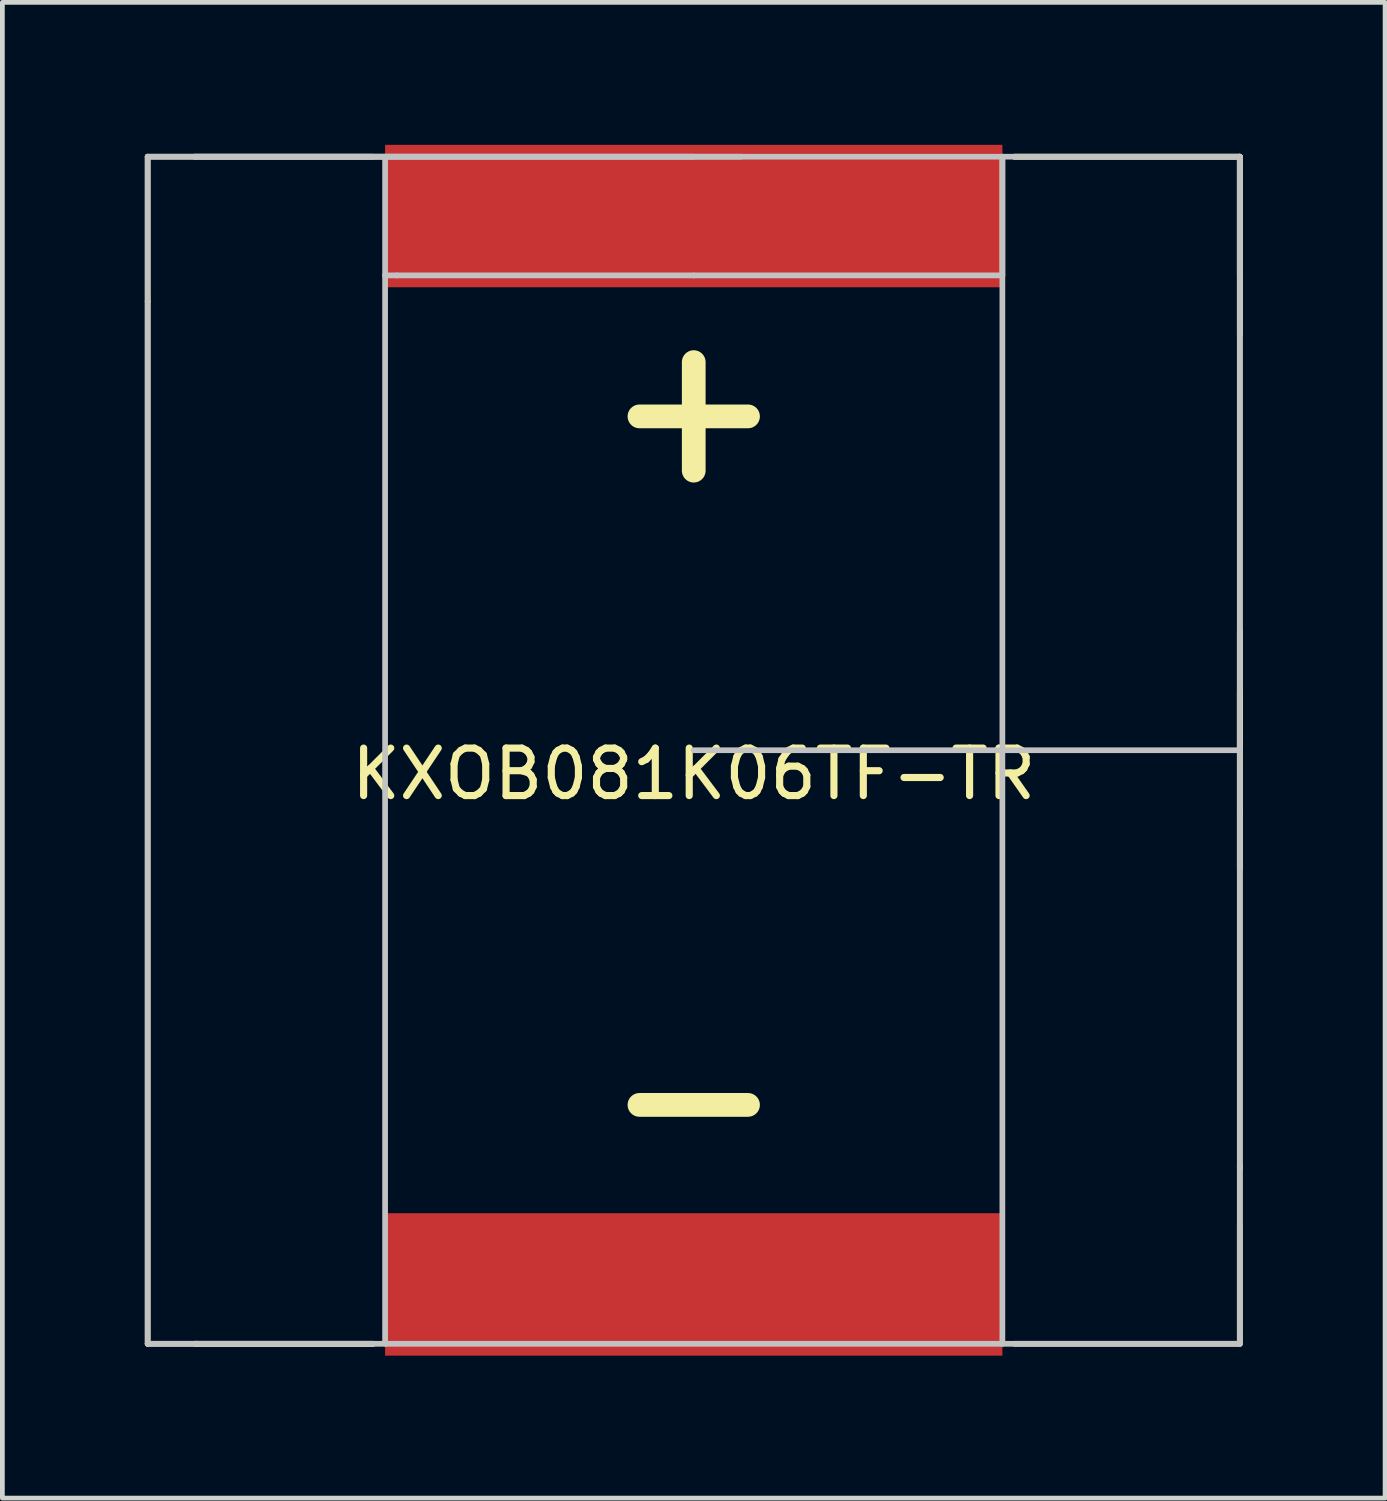
<source format=kicad_pcb>
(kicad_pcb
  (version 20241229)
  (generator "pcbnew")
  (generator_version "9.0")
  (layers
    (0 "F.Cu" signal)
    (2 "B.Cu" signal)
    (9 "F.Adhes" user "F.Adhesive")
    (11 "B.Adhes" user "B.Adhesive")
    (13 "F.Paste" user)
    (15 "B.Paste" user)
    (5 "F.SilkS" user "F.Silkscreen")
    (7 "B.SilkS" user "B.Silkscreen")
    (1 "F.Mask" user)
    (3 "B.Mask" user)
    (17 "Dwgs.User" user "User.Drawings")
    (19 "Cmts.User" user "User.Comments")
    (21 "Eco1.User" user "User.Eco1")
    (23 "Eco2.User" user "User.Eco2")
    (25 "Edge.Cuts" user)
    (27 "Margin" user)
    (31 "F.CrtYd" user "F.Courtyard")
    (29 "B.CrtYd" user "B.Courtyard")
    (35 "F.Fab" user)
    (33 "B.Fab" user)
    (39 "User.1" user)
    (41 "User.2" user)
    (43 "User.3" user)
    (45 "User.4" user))
  (footprint "KXOB081K06TF-TR"
    (layer "F.Cu")
    (at 11.56 12.75)
    (property "Reference" "KXOB081K06TF-TR" (at 0 0.5 0) (layer "F.SilkS") (effects (font (size 1 1) (thickness 0.15))))
    (attr through_hole)
    (fp_line (start -11.5 -12.5) (end -11.5 -9.45) (stroke (width 0.12) (type solid)) (layer "F.SilkS"))
    (fp_line (start -11.5 -9.45) (end -11.5 12.5) (stroke (width 0.12) (type solid)) (layer "F.SilkS"))
    (fp_line (start -11.5 12.5) (end -10.5 12.5) (stroke (width 0.12) (type solid)) (layer "F.SilkS"))
    (fp_line (start -10.5 -12.5) (end -11.5 -12.5) (stroke (width 0.12) (type solid)) (layer "F.SilkS"))
    (fp_line (start -10.5 -12.5) (end -6.75 -12.5) (stroke (width 0.12) (type solid)) (layer "F.SilkS"))
    (fp_line (start -10.5 12.5) (end -10.45 12.5) (stroke (width 0.12) (type solid)) (layer "F.SilkS"))
    (fp_line (start -10.5 12.5) (end -6.75 12.5) (stroke (width 0.12) (type solid)) (layer "F.SilkS"))
    (fp_line (start -6.75 12.5) (end -10.5 12.5) (stroke (width 0.12) (type solid)) (layer "F.SilkS"))
    (fp_line (start 6.75 -12.5) (end 11.5 -12.5) (stroke (width 0.12) (type solid)) (layer "F.SilkS"))
    (fp_line (start 6.75 12.5) (end 11.5 12.5) (stroke (width 0.12) (type solid)) (layer "F.SilkS"))
    (fp_line (start 11.5 -12.5) (end 6.75 -12.5) (stroke (width 0.12) (type solid)) (layer "F.SilkS"))
    (fp_line (start 11.5 -12.5) (end 11.5 -8.75) (stroke (width 0.12) (type solid)) (layer "F.SilkS"))
    (fp_line (start 11.5 -1.25) (end 11.5 -2.5) (stroke (width 0.12) (type solid)) (layer "F.SilkS"))
    (fp_line (start 11.5 -1.25) (end 11.5 1.25) (stroke (width 0.12) (type solid)) (layer "F.SilkS"))
    (fp_line (start 11.5 0) (end 11.5 -1.25) (stroke (width 0.12) (type solid)) (layer "F.SilkS"))
    (fp_line (start 11.5 1.25) (end 11.5 2.5) (stroke (width 0.12) (type solid)) (layer "F.SilkS"))
    (fp_line (start 11.5 8.8) (end 11.5 -12.5) (stroke (width 0.12) (type solid)) (layer "F.SilkS"))
    (fp_line (start 11.5 12.5) (end 11.5 8.75) (stroke (width 0.12) (type solid)) (layer "F.SilkS"))
    (fp_line (start -11.5 -12.5) (end -11.5 12.5) (stroke (width 0.12) (type solid)) (layer "Dwgs.User"))
    (fp_line (start -11.5 12.5) (end -10.5 12.5) (stroke (width 0.12) (type solid)) (layer "Dwgs.User"))
    (fp_line (start -10.5 -12.5) (end 1 -12.5) (stroke (width 0.12) (type solid)) (layer "Dwgs.User"))
    (fp_line (start -10.5 12.5) (end 11.5 12.5) (stroke (width 0.12) (type solid)) (layer "Dwgs.User"))
    (fp_line (start -6.5 -10) (end -6.5 -12.5) (stroke (width 0.12) (type solid)) (layer "Dwgs.User"))
    (fp_line (start -6.5 -10) (end -6.5 12.5) (stroke (width 0.12) (type solid)) (layer "Dwgs.User"))
    (fp_line (start -6.25 -10) (end -6.5 -10) (stroke (width 0.12) (type solid)) (layer "Dwgs.User"))
    (fp_line (start 0 -12.5) (end -11.5 -12.5) (stroke (width 0.12) (type solid)) (layer "Dwgs.User"))
    (fp_line (start 0 -10) (end -6.25 -10) (stroke (width 0.12) (type solid)) (layer "Dwgs.User"))
    (fp_line (start 0 -10) (end 6.5 -10) (stroke (width 0.12) (type solid)) (layer "Dwgs.User"))
    (fp_line (start 0 0) (end 11.5 0) (stroke (width 0.12) (type solid)) (layer "Dwgs.User"))
    (fp_line (start 6.5 -12.5) (end 6.5 12.5) (stroke (width 0.12) (type solid)) (layer "Dwgs.User"))
    (fp_line (start 6.5 -10) (end 6.5 -12.5) (stroke (width 0.12) (type solid)) (layer "Dwgs.User"))
    (fp_line (start 11.5 -12.5) (end -10.5 -12.5) (stroke (width 0.12) (type solid)) (layer "Dwgs.User"))
    (fp_line (start 11.5 -12.5) (end 11.5 -10) (stroke (width 0.12) (type solid)) (layer "Dwgs.User"))
    (fp_line (start 11.5 0) (end 11.5 -12.5) (stroke (width 0.12) (type solid)) (layer "Dwgs.User"))
    (fp_line (start 11.5 12.5) (end 11.5 0) (stroke (width 0.12) (type solid)) (layer "Dwgs.User"))
    (fp_line (start 11.5 12.5) (end 11.5 10) (stroke (width 0.12) (type solid)) (layer "Dwgs.User"))
    (fp_text user "-" (at 0 7.25 0) (layer "F.SilkS") (effects (font (size 3 3) (thickness 0.5))))
    (fp_text user "+" (at 0 -7.25 0) (layer "F.SilkS") (effects (font (size 3 3) (thickness 0.5))))
    (pad "1" smd rect (at 0 -11.25) (size 13 3) (layers "F.Cu" "F.Mask" "F.Paste"))
    (pad "2" smd rect (at 0 11.25) (size 13 3) (layers "F.Cu" "F.Mask" "F.Paste")))
  (gr_rect
    (start -3 -3)
    (end 26.12 28.5)
    (stroke (width 0.1) (type default))
    (fill no)
    (layer "Edge.Cuts")))
</source>
